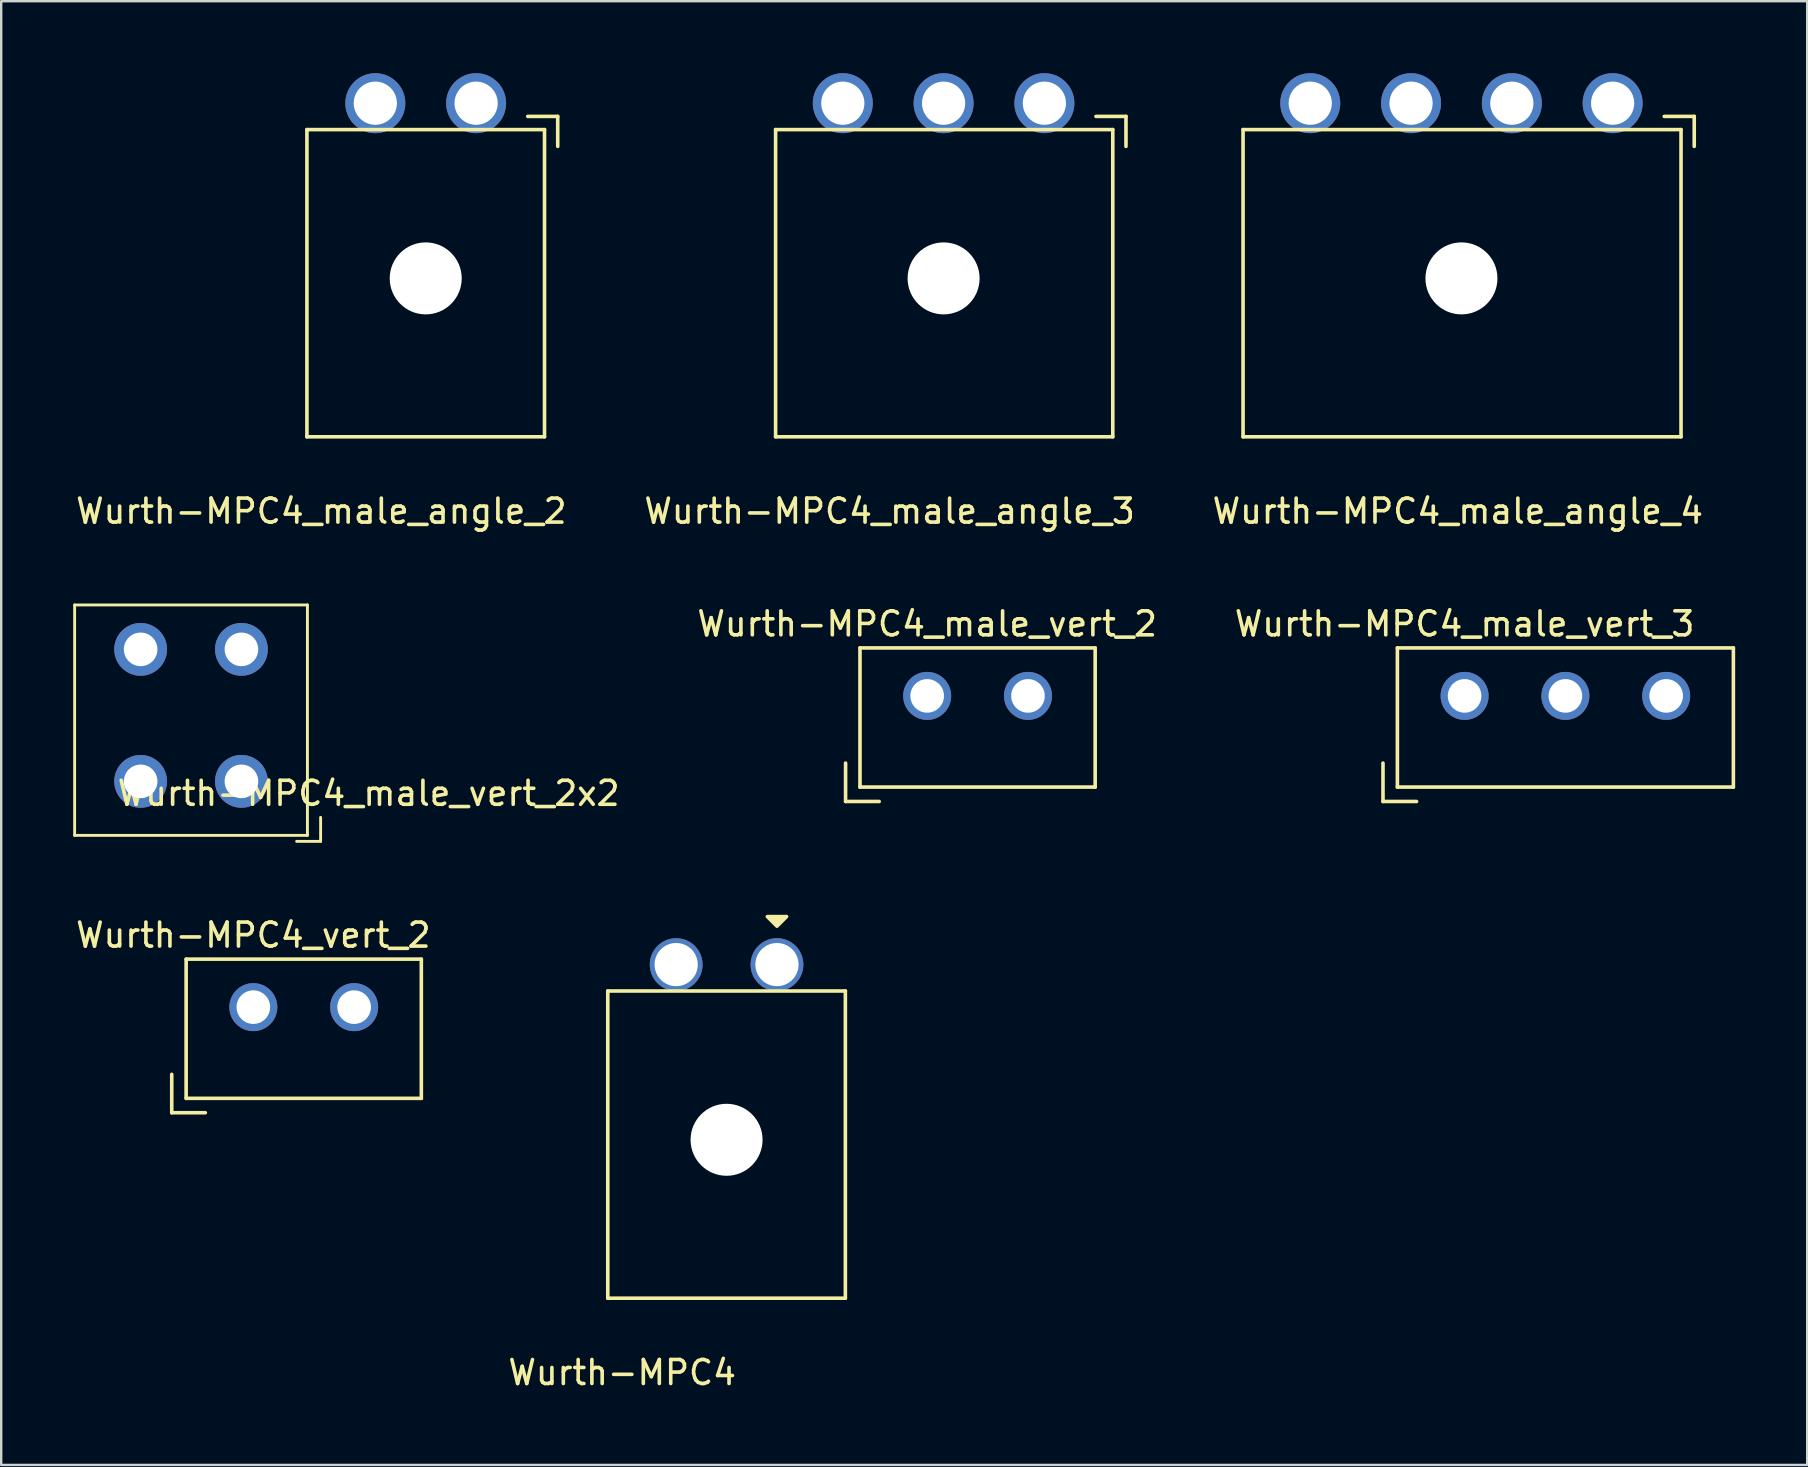
<source format=kicad_pcb>
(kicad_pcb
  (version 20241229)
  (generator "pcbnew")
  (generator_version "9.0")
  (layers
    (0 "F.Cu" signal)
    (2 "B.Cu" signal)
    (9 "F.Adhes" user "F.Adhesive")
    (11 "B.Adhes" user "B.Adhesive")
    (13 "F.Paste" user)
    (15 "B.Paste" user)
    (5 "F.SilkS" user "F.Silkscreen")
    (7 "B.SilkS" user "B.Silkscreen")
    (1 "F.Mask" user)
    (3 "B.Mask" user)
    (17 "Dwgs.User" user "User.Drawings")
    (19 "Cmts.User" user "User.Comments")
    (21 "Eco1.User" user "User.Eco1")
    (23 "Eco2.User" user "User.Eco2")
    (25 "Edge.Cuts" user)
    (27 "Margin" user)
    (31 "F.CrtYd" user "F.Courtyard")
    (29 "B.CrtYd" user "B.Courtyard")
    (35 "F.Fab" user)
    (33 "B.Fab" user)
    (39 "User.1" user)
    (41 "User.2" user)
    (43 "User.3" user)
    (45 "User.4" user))
  (footprint "Wurth-MPC4_male_angle_3"
    (layer "F.Cu")
    (at 40.468 1.25)
    (property "Reference" "Wurth-MPC4_male_angle_3" (at -6.45 17 0) (layer "F.SilkS") (effects (font (size 1 1) (thickness 0.15))))
    (attr through_hole)
    (fp_line (start -11.2 13.9) (end -11.2 1.1) (stroke (width 0.15) (type solid)) (layer "F.SilkS"))
    (fp_line (start -11.2 13.9) (end 2.85 13.9) (stroke (width 0.15) (type solid)) (layer "F.SilkS"))
    (fp_line (start 2.15 0.55) (end 3.4 0.55) (stroke (width 0.15) (type solid)) (layer "F.SilkS"))
    (fp_line (start 2.85 1.1) (end -11.2 1.1) (stroke (width 0.15) (type solid)) (layer "F.SilkS"))
    (fp_line (start 2.85 13.9) (end 2.85 1.1) (stroke (width 0.15) (type solid)) (layer "F.SilkS"))
    (fp_line (start 3.4 0.55) (end 3.4 1.8) (stroke (width 0.15) (type solid)) (layer "F.SilkS"))
    (pad "" np_thru_hole circle (at -4.2 7.3) (size 3 3) (drill 3) (layers "*.Cu" "*.Mask"))
    (pad "1" thru_hole circle (at 0 0) (size 2.5 2.5) (drill 1.8) (layers "*.Cu" "*.Mask"))
    (pad "2" thru_hole circle (at -4.2 0) (size 2.5 2.5) (drill 1.8) (layers "*.Cu" "*.Mask"))
    (pad "3" thru_hole circle (at -8.4 0) (size 2.5 2.5) (drill 1.8) (layers "*.Cu" "*.Mask")))
  (footprint "Wurth-MPC4_male_vert_2x2"
    (layer "F.Cu")
    (at 2.81 24.008)
    (property "Reference" "Wurth-MPC4_male_vert_2x2" (at 9.5 6 0) (layer "F.SilkS") (effects (font (size 1 1) (thickness 0.15))))
    (attr through_hole)
    (fp_line (start -2.75 -1.85) (end -2.75 7.75) (stroke (width 0.12) (type solid)) (layer "F.SilkS"))
    (fp_line (start -2.75 -1.85) (end 6.95 -1.85) (stroke (width 0.12) (type solid)) (layer "F.SilkS"))
    (fp_line (start -2.75 7.75) (end 6.95 7.75) (stroke (width 0.12) (type solid)) (layer "F.SilkS"))
    (fp_line (start 6.95 -1.85) (end 6.95 7.75) (stroke (width 0.12) (type solid)) (layer "F.SilkS"))
    (fp_line (start 7.5 7) (end 7.5 8) (stroke (width 0.12) (type solid)) (layer "F.SilkS"))
    (fp_line (start 7.5 8) (end 6.5 8) (stroke (width 0.12) (type solid)) (layer "F.SilkS"))
    (pad "1" thru_hole circle (at 4.2 5.5) (size 2.2 2.2) (drill 1.4) (layers "*.Cu" "*.Mask"))
    (pad "2" thru_hole circle (at 0 5.5) (size 2.2 2.2) (drill 1.4) (layers "*.Cu" "*.Mask"))
    (pad "3" thru_hole circle (at 4.2 0) (size 2.2 2.2) (drill 1.4) (layers "*.Cu" "*.Mask"))
    (pad "4" thru_hole circle (at 0 0) (size 2.2 2.2) (drill 1.4) (layers "*.Cu" "*.Mask")))
  (footprint "Wurth-MPC4_male_vert_2"
    (layer "F.Cu")
    (at 35.584 25.947)
    (property "Reference" "Wurth-MPC4_male_vert_2" (at 0 -3 0) (layer "F.SilkS") (effects (font (size 1 1) (thickness 0.15))))
    (attr through_hole)
    (fp_line (start -3.4 2.8) (end -3.4 4.4) (stroke (width 0.15) (type solid)) (layer "F.SilkS"))
    (fp_line (start -3.4 4.4) (end -2 4.4) (stroke (width 0.15) (type solid)) (layer "F.SilkS"))
    (fp_line (start -2.8 -2) (end -2.8 3.8) (stroke (width 0.15) (type solid)) (layer "F.SilkS"))
    (fp_line (start -2.8 3.8) (end 7 3.8) (stroke (width 0.15) (type solid)) (layer "F.SilkS"))
    (fp_line (start 7 -2) (end -2.8 -2) (stroke (width 0.15) (type solid)) (layer "F.SilkS"))
    (fp_line (start 7 3.8) (end 7 -2) (stroke (width 0.15) (type solid)) (layer "F.SilkS"))
    (pad "1" thru_hole circle (at 0 0) (size 2 2) (drill 1.4) (layers "*.Cu" "*.Mask"))
    (pad "2" thru_hole circle (at 4.2 0) (size 2 2) (drill 1.4) (layers "*.Cu" "*.Mask")))
  (footprint "Wurth-MPC4_vert_2"
    (layer "F.Cu")
    (at 7.506 38.916)
    (property "Reference" "Wurth-MPC4_vert_2" (at 0 -3 0) (layer "F.SilkS") (effects (font (size 1 1) (thickness 0.15))))
    (attr through_hole)
    (fp_line (start -3.4 2.8) (end -3.4 4.4) (stroke (width 0.15) (type solid)) (layer "F.SilkS"))
    (fp_line (start -3.4 4.4) (end -2 4.4) (stroke (width 0.15) (type solid)) (layer "F.SilkS"))
    (fp_line (start -2.8 -2) (end -2.8 3.8) (stroke (width 0.15) (type solid)) (layer "F.SilkS"))
    (fp_line (start -2.8 3.8) (end 7 3.8) (stroke (width 0.15) (type solid)) (layer "F.SilkS"))
    (fp_line (start 7 -2) (end -2.8 -2) (stroke (width 0.15) (type solid)) (layer "F.SilkS"))
    (fp_line (start 7 3.8) (end 7 -2) (stroke (width 0.15) (type solid)) (layer "F.SilkS"))
    (pad "1" thru_hole circle (at 0 0) (size 2 2) (drill 1.4) (layers "*.Cu" "*.Mask"))
    (pad "2" thru_hole circle (at 4.2 0) (size 2 2) (drill 1.4) (layers "*.Cu" "*.Mask")))
  (footprint "Wurth-MPC4"
    (layer "F.Cu")
    (at 27.225 44.443)
    (property "Reference" "Wurth-MPC4" (at -4.35 9.7 0) (layer "F.SilkS") (effects (font (size 1 1) (thickness 0.15))))
    (attr through_hole)
    (fp_line (start -4.95 6.6) (end -4.95 -6.2) (stroke (width 0.15) (type solid)) (layer "F.SilkS"))
    (fp_line (start -4.95 6.6) (end 4.95 6.6) (stroke (width 0.15) (type solid)) (layer "F.SilkS"))
    (fp_line (start 4.95 -6.2) (end -4.95 -6.2) (stroke (width 0.15) (type solid)) (layer "F.SilkS"))
    (fp_line (start 4.95 6.6) (end 4.95 -6.2) (stroke (width 0.15) (type solid)) (layer "F.SilkS"))
    (fp_poly (pts (xy 2.1 -8.9) (xy 1.7 -9.3) (xy 2.5 -9.3)) (stroke (width 0.15) (type solid)) (fill yes) (layer "F.SilkS"))
    (pad "" np_thru_hole circle (at 0 0) (size 3 3) (drill 3) (layers "*.Cu" "*.Mask"))
    (pad "1" thru_hole circle (at 2.1 -7.3) (size 2.2 2.2) (drill 1.8) (layers "*.Cu" "*.Mask"))
    (pad "2" thru_hole circle (at -2.1 -7.3) (size 2.2 2.2) (drill 1.8) (layers "*.Cu" "*.Mask")))
  (footprint "Wurth-MPC4_male_angle_2"
    (layer "F.Cu")
    (at 14.689 8.55)
    (property "Reference" "Wurth-MPC4_male_angle_2" (at -4.35 9.7 0) (layer "F.SilkS") (effects (font (size 1 1) (thickness 0.15))))
    (attr through_hole)
    (fp_line (start -4.95 6.6) (end -4.95 -6.2) (stroke (width 0.15) (type solid)) (layer "F.SilkS"))
    (fp_line (start -4.95 6.6) (end 4.95 6.6) (stroke (width 0.15) (type solid)) (layer "F.SilkS"))
    (fp_line (start 4.25 -6.75) (end 5.5 -6.75) (stroke (width 0.15) (type solid)) (layer "F.SilkS"))
    (fp_line (start 4.95 -6.2) (end -4.95 -6.2) (stroke (width 0.15) (type solid)) (layer "F.SilkS"))
    (fp_line (start 4.95 6.6) (end 4.95 -6.2) (stroke (width 0.15) (type solid)) (layer "F.SilkS"))
    (fp_line (start 5.5 -6.75) (end 5.5 -5.5) (stroke (width 0.15) (type solid)) (layer "F.SilkS"))
    (pad "" np_thru_hole circle (at 0 0) (size 3 3) (drill 3) (layers "*.Cu" "*.Mask"))
    (pad "1" thru_hole circle (at 2.1 -7.3) (size 2.5 2.5) (drill 1.8) (layers "*.Cu" "*.Mask"))
    (pad "2" thru_hole circle (at -2.1 -7.3) (size 2.5 2.5) (drill 1.8) (layers "*.Cu" "*.Mask")))
  (footprint "Wurth-MPC4_male_vert_3"
    (layer "F.Cu")
    (at 57.977 25.947)
    (property "Reference" "Wurth-MPC4_male_vert_3" (at 0 -3 0) (layer "F.SilkS") (effects (font (size 1 1) (thickness 0.15))))
    (attr through_hole)
    (fp_line (start -3.4 2.8) (end -3.4 4.4) (stroke (width 0.15) (type solid)) (layer "F.SilkS"))
    (fp_line (start -3.4 4.4) (end -2 4.4) (stroke (width 0.15) (type solid)) (layer "F.SilkS"))
    (fp_line (start -2.8 -2) (end -2.8 3.8) (stroke (width 0.15) (type solid)) (layer "F.SilkS"))
    (fp_line (start -2.8 3.8) (end 11.2 3.8) (stroke (width 0.15) (type solid)) (layer "F.SilkS"))
    (fp_line (start 11.2 -2) (end -2.8 -2) (stroke (width 0.15) (type solid)) (layer "F.SilkS"))
    (fp_line (start 11.2 3.8) (end 11.2 -2) (stroke (width 0.15) (type solid)) (layer "F.SilkS"))
    (pad "1" thru_hole circle (at 0 0) (size 2 2) (drill 1.4) (layers "*.Cu" "*.Mask"))
    (pad "2" thru_hole circle (at 4.2 0) (size 2 2) (drill 1.4) (layers "*.Cu" "*.Mask"))
    (pad "3" thru_hole circle (at 8.4 0) (size 2 2) (drill 1.4) (layers "*.Cu" "*.Mask")))
  (footprint "Wurth-MPC4_male_angle_4"
    (layer "F.Cu")
    (at 64.146 1.25)
    (property "Reference" "Wurth-MPC4_male_angle_4" (at -6.45 17 0) (layer "F.SilkS") (effects (font (size 1 1) (thickness 0.15))))
    (attr through_hole)
    (fp_line (start -15.4 13.9) (end -15.4 1.1) (stroke (width 0.15) (type solid)) (layer "F.SilkS"))
    (fp_line (start -15.4 13.9) (end 2.85 13.9) (stroke (width 0.15) (type solid)) (layer "F.SilkS"))
    (fp_line (start 2.15 0.55) (end 3.4 0.55) (stroke (width 0.15) (type solid)) (layer "F.SilkS"))
    (fp_line (start 2.85 1.1) (end -15.4 1.1) (stroke (width 0.15) (type solid)) (layer "F.SilkS"))
    (fp_line (start 2.85 13.9) (end 2.85 1.1) (stroke (width 0.15) (type solid)) (layer "F.SilkS"))
    (fp_line (start 3.4 0.55) (end 3.4 1.8) (stroke (width 0.15) (type solid)) (layer "F.SilkS"))
    (pad "" np_thru_hole circle (at -6.3 7.3) (size 3 3) (drill 3) (layers "*.Cu" "*.Mask"))
    (pad "1" thru_hole circle (at 0 0) (size 2.5 2.5) (drill 1.8) (layers "*.Cu" "*.Mask"))
    (pad "2" thru_hole circle (at -4.2 0) (size 2.5 2.5) (drill 1.8) (layers "*.Cu" "*.Mask"))
    (pad "3" thru_hole circle (at -8.4 0) (size 2.5 2.5) (drill 1.8) (layers "*.Cu" "*.Mask"))
    (pad "4" thru_hole circle (at -12.6 0) (size 2.5 2.5) (drill 1.8) (layers "*.Cu" "*.Mask")))
  (gr_rect
    (start -3 -3)
    (end 72.252 57.992)
    (stroke (width 0.1) (type default))
    (fill no)
    (layer "Edge.Cuts")))
</source>
